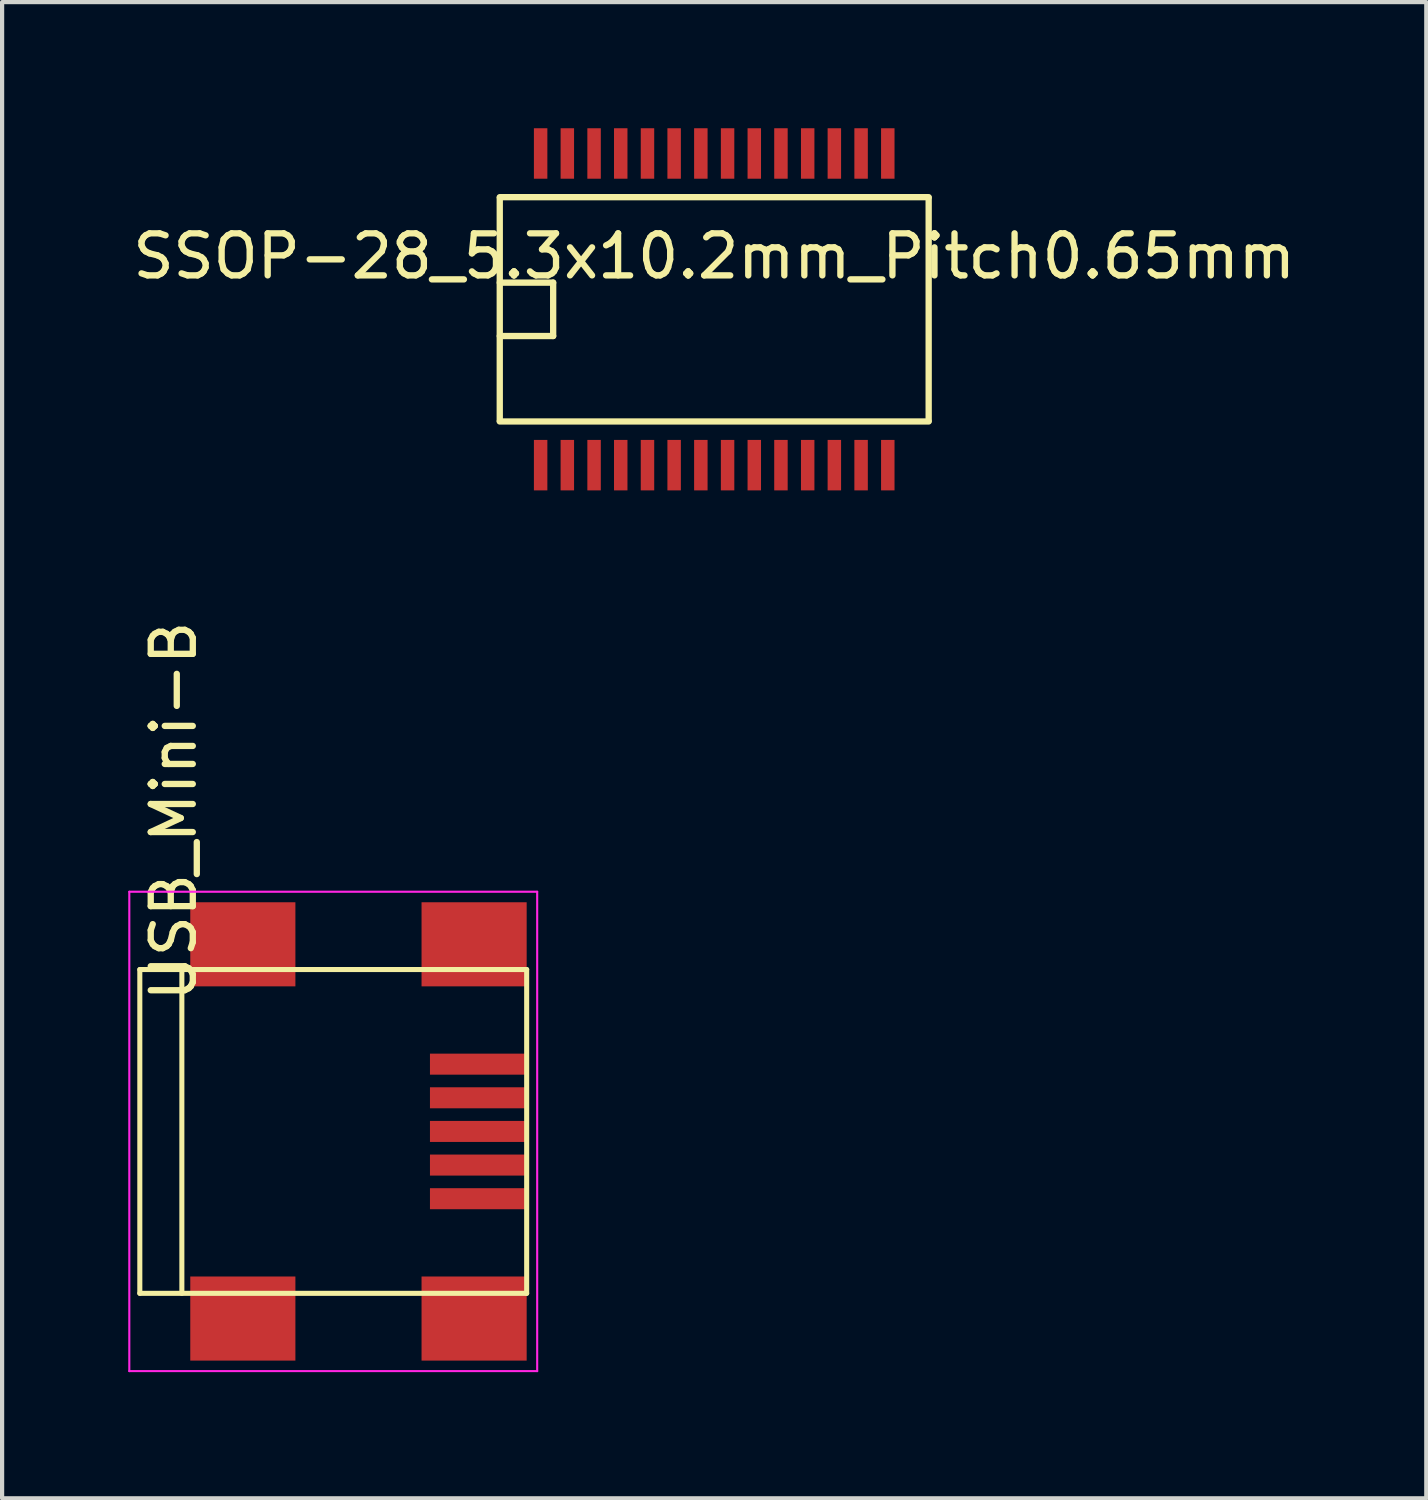
<source format=kicad_pcb>
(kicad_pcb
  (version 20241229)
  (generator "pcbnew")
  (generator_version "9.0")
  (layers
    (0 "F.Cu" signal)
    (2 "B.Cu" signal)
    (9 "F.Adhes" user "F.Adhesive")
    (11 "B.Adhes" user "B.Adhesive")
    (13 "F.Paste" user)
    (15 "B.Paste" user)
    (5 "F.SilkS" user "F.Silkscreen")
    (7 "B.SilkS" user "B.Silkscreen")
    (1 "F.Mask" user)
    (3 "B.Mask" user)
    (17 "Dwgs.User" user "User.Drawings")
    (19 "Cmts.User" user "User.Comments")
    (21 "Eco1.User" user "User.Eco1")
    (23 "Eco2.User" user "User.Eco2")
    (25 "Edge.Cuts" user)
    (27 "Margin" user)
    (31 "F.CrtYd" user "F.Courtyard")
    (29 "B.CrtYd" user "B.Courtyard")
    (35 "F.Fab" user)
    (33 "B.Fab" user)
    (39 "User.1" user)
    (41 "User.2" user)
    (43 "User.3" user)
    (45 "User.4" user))
  (footprint "USB_Mini-B"
    (layer "F.Cu")
    (at 5.525 23.857)
    (property "Reference" "USB_Mini-B" (at -4.445 -7.62 90) (layer "F.SilkS") (effects (font (size 1 1) (thickness 0.15))))
    (attr smd)
    (fp_line (start -5.25 -3.85) (end -5.25 3.85) (stroke (width 0.12) (type solid)) (layer "F.SilkS"))
    (fp_line (start -5.25 3.85) (end 3.95 3.85) (stroke (width 0.12) (type solid)) (layer "F.SilkS"))
    (fp_line (start -4.25 -3.85) (end -4.25 3.85) (stroke (width 0.12) (type solid)) (layer "F.SilkS"))
    (fp_line (start 3.95 -3.85) (end -5.25 -3.85) (stroke (width 0.12) (type solid)) (layer "F.SilkS"))
    (fp_line (start 3.95 3.85) (end 3.95 -3.85) (stroke (width 0.12) (type solid)) (layer "F.SilkS"))
    (fp_line (start -5.5 -5.7) (end 4.2 -5.7) (stroke (width 0.05) (type solid)) (layer "F.CrtYd"))
    (fp_line (start -5.5 5.7) (end -5.5 -5.7) (stroke (width 0.05) (type solid)) (layer "F.CrtYd"))
    (fp_line (start 4.2 -5.7) (end 4.2 5.7) (stroke (width 0.05) (type solid)) (layer "F.CrtYd"))
    (fp_line (start 4.2 5.7) (end -5.5 5.7) (stroke (width 0.05) (type solid)) (layer "F.CrtYd"))
    (pad "1" smd rect (at 2.8 -1.6) (size 2.3 0.5) (layers "F.Cu" "F.Mask" "F.Paste"))
    (pad "2" smd rect (at 2.8 -0.8) (size 2.3 0.5) (layers "F.Cu" "F.Mask" "F.Paste"))
    (pad "3" smd rect (at 2.8 0) (size 2.3 0.5) (layers "F.Cu" "F.Mask" "F.Paste"))
    (pad "4" smd rect (at 2.8 0.8) (size 2.3 0.5) (layers "F.Cu" "F.Mask" "F.Paste"))
    (pad "5" smd rect (at 2.8 1.6) (size 2.3 0.5) (layers "F.Cu" "F.Mask" "F.Paste"))
    (pad "6" smd rect (at -2.8 -4.45) (size 2.5 2) (layers "F.Cu" "F.Mask" "F.Paste"))
    (pad "6" smd rect (at -2.8 4.45) (size 2.5 2) (layers "F.Cu" "F.Mask" "F.Paste"))
    (pad "6" smd rect (at 2.7 -4.45) (size 2.5 2) (layers "F.Cu" "F.Mask" "F.Paste"))
    (pad "6" smd rect (at 2.7 4.45) (size 2.5 2) (layers "F.Cu" "F.Mask" "F.Paste")))
  (footprint "SSOP-28_5.3x10.2mm_Pitch0.65mm"
    (layer "F.Cu")
    (at 13.935 4.306)
    (property "Reference" "SSOP-28_5.3x10.2mm_Pitch0.65mm" (at 0 -1.262 0) (layer "F.SilkS") (effects (font (size 1 1) (thickness 0.15))))
    (attr smd)
    (fp_line (start -5.1 -2.667) (end 5.1 -2.667) (stroke (width 0.15) (type solid)) (layer "F.SilkS"))
    (fp_line (start -5.1 -2.65) (end -5.1 2.65) (stroke (width 0.15) (type solid)) (layer "F.SilkS"))
    (fp_line (start -5.1 -0.635) (end -3.83 -0.635) (stroke (width 0.15) (type solid)) (layer "F.SilkS"))
    (fp_line (start -3.83 -0.635) (end -3.83 0.635) (stroke (width 0.15) (type solid)) (layer "F.SilkS"))
    (fp_line (start -3.83 0.635) (end -5.1 0.635) (stroke (width 0.15) (type solid)) (layer "F.SilkS"))
    (fp_line (start 5.1 2.65) (end 5.1 -2.65) (stroke (width 0.15) (type solid)) (layer "F.SilkS"))
    (fp_line (start 5.1 2.667) (end -5.1 2.667) (stroke (width 0.15) (type solid)) (layer "F.SilkS"))
    (pad "1" smd rect (at -4.128 3.706) (size 0.32 1.2) (layers "F.Cu" "F.Mask" "F.Paste"))
    (pad "2" smd rect (at -3.493 3.706) (size 0.32 1.2) (layers "F.Cu" "F.Mask" "F.Paste"))
    (pad "3" smd rect (at -2.857 3.706) (size 0.32 1.2) (layers "F.Cu" "F.Mask" "F.Paste"))
    (pad "4" smd rect (at -2.223 3.706) (size 0.32 1.2) (layers "F.Cu" "F.Mask" "F.Paste"))
    (pad "5" smd rect (at -1.587 3.706) (size 0.32 1.2) (layers "F.Cu" "F.Mask" "F.Paste"))
    (pad "6" smd rect (at -0.953 3.706) (size 0.32 1.2) (layers "F.Cu" "F.Mask" "F.Paste"))
    (pad "7" smd rect (at -0.318 3.706) (size 0.32 1.2) (layers "F.Cu" "F.Mask" "F.Paste"))
    (pad "8" smd rect (at 0.318 3.706) (size 0.32 1.2) (layers "F.Cu" "F.Mask" "F.Paste"))
    (pad "9" smd rect (at 0.953 3.706) (size 0.32 1.2) (layers "F.Cu" "F.Mask" "F.Paste"))
    (pad "10" smd rect (at 1.587 3.706) (size 0.32 1.2) (layers "F.Cu" "F.Mask" "F.Paste"))
    (pad "11" smd rect (at 2.223 3.706) (size 0.32 1.2) (layers "F.Cu" "F.Mask" "F.Paste"))
    (pad "12" smd rect (at 2.857 3.706) (size 0.32 1.2) (layers "F.Cu" "F.Mask" "F.Paste"))
    (pad "13" smd rect (at 3.493 3.706) (size 0.32 1.2) (layers "F.Cu" "F.Mask" "F.Paste"))
    (pad "14" smd rect (at 4.128 3.706) (size 0.32 1.2) (layers "F.Cu" "F.Mask" "F.Paste"))
    (pad "15" smd rect (at 4.128 -3.706) (size 0.32 1.2) (layers "F.Cu" "F.Mask" "F.Paste"))
    (pad "16" smd rect (at 3.493 -3.706) (size 0.32 1.2) (layers "F.Cu" "F.Mask" "F.Paste"))
    (pad "17" smd rect (at 2.857 -3.706) (size 0.32 1.2) (layers "F.Cu" "F.Mask" "F.Paste"))
    (pad "18" smd rect (at 2.223 -3.706) (size 0.32 1.2) (layers "F.Cu" "F.Mask" "F.Paste"))
    (pad "19" smd rect (at 1.587 -3.706) (size 0.32 1.2) (layers "F.Cu" "F.Mask" "F.Paste"))
    (pad "20" smd rect (at 0.953 -3.706) (size 0.32 1.2) (layers "F.Cu" "F.Mask" "F.Paste"))
    (pad "21" smd rect (at 0.318 -3.706) (size 0.32 1.2) (layers "F.Cu" "F.Mask" "F.Paste"))
    (pad "22" smd rect (at -0.318 -3.706) (size 0.32 1.2) (layers "F.Cu" "F.Mask" "F.Paste"))
    (pad "23" smd rect (at -0.953 -3.706) (size 0.32 1.2) (layers "F.Cu" "F.Mask" "F.Paste"))
    (pad "24" smd rect (at -1.587 -3.706) (size 0.32 1.2) (layers "F.Cu" "F.Mask" "F.Paste"))
    (pad "25" smd rect (at -2.223 -3.706) (size 0.32 1.2) (layers "F.Cu" "F.Mask" "F.Paste"))
    (pad "26" smd rect (at -2.857 -3.706) (size 0.32 1.2) (layers "F.Cu" "F.Mask" "F.Paste"))
    (pad "27" smd rect (at -3.493 -3.706) (size 0.32 1.2) (layers "F.Cu" "F.Mask" "F.Paste"))
    (pad "28" smd rect (at -4.128 -3.706) (size 0.32 1.2) (layers "F.Cu" "F.Mask" "F.Paste")))
  (gr_rect
    (start -3 -3)
    (end 30.869 32.582)
    (stroke (width 0.1) (type default))
    (fill no)
    (layer "Edge.Cuts")))
</source>
